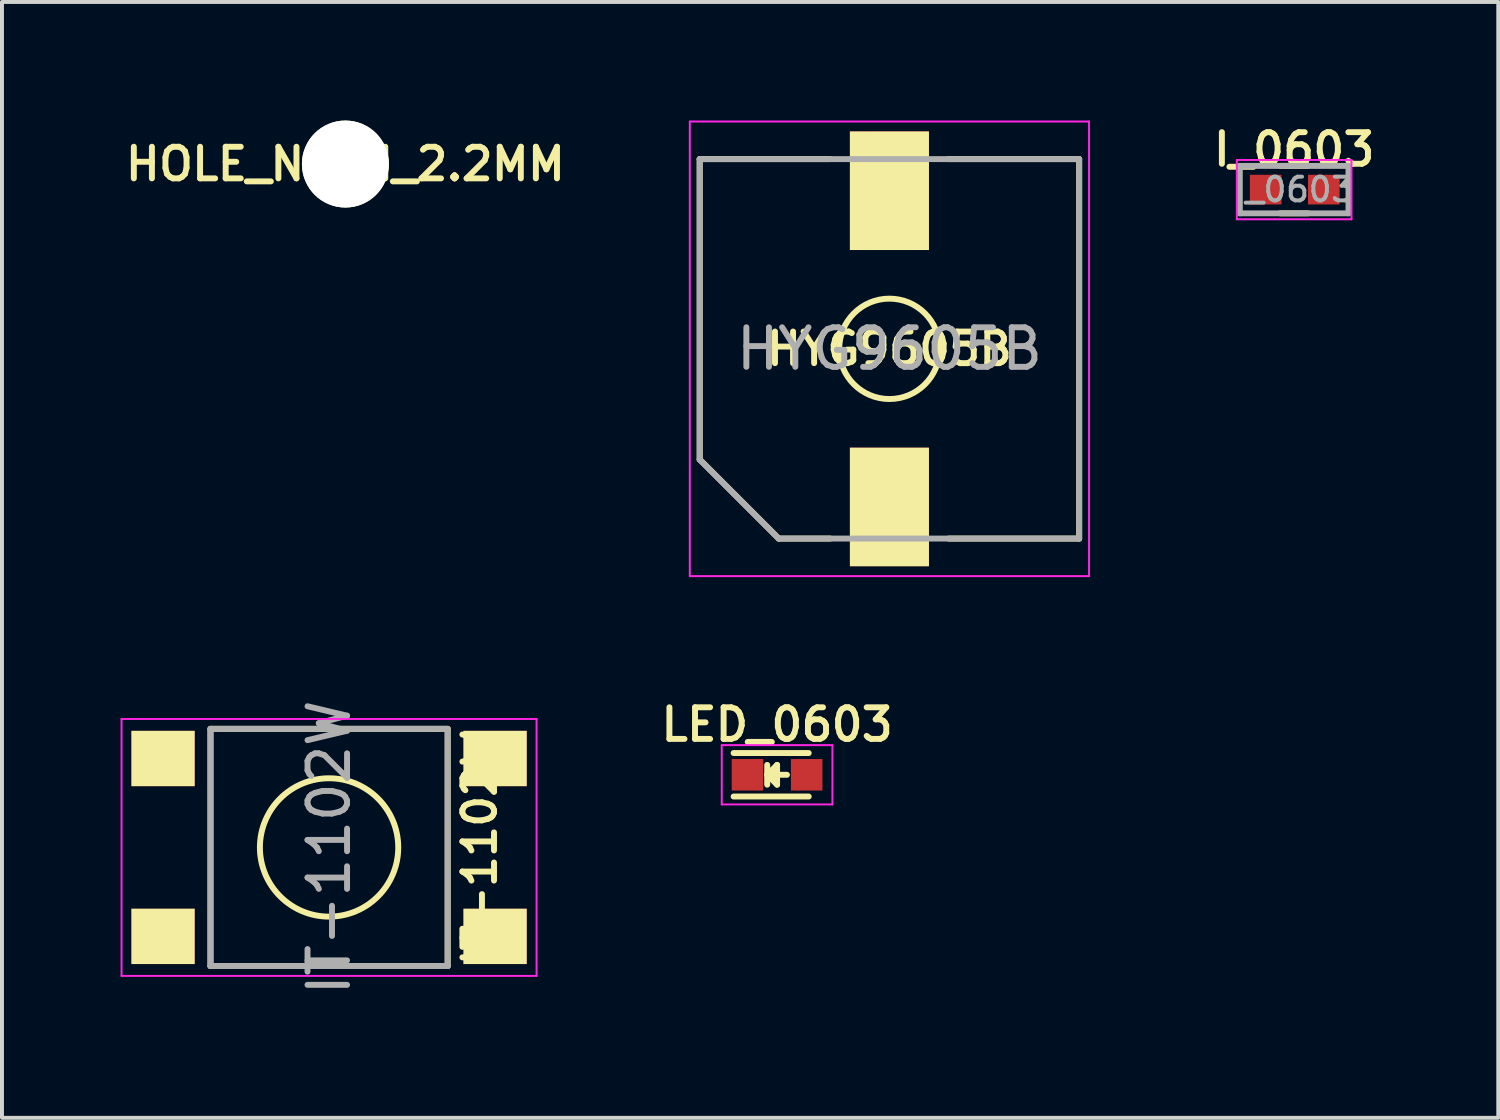
<source format=kicad_pcb>
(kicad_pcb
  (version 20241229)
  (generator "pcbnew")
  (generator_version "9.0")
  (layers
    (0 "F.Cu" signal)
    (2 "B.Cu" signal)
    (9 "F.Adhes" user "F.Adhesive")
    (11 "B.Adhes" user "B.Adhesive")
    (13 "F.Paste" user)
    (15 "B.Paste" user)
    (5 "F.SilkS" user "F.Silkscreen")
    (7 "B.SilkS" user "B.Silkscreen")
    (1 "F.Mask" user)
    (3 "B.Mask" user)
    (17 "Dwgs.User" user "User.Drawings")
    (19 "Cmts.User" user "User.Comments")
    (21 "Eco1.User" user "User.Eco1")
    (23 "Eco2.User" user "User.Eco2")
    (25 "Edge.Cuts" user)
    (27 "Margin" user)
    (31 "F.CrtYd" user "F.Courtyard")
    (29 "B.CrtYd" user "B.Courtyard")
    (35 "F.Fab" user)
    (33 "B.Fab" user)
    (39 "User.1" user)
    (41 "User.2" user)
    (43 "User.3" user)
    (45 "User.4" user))
  (footprint "LED_0603"
    (layer "F.Cu")
    (at 16.609 16.551)
    (property "Reference" "LED_0603" (at 0 -1.27 0) (layer "F.SilkS") (effects (font (size 0.8 0.8) (thickness 0.15))))
    (attr smd)
    (fp_line (start -1.1 -0.55) (end 0.8 -0.55) (stroke (width 0.15) (type solid)) (layer "F.SilkS"))
    (fp_line (start -1.1 0.55) (end 0.8 0.55) (stroke (width 0.15) (type solid)) (layer "F.SilkS"))
    (fp_line (start -0.25 -0.25) (end -0.25 0.25) (stroke (width 0.15) (type solid)) (layer "F.SilkS"))
    (fp_line (start -0.25 0) (end 0 -0.25) (stroke (width 0.15) (type solid)) (layer "F.SilkS"))
    (fp_line (start -0.2 0) (end 0.25 0) (stroke (width 0.15) (type solid)) (layer "F.SilkS"))
    (fp_line (start 0 -0.25) (end 0 0.25) (stroke (width 0.15) (type solid)) (layer "F.SilkS"))
    (fp_line (start 0 0.25) (end -0.25 0) (stroke (width 0.15) (type solid)) (layer "F.SilkS"))
    (fp_line (start -1.4 -0.75) (end 1.4 -0.75) (stroke (width 0.05) (type solid)) (layer "F.CrtYd"))
    (fp_line (start -1.4 0.75) (end -1.4 -0.75) (stroke (width 0.05) (type solid)) (layer "F.CrtYd"))
    (fp_line (start 1.4 -0.75) (end 1.4 0.75) (stroke (width 0.05) (type solid)) (layer "F.CrtYd"))
    (fp_line (start 1.4 0.75) (end -1.4 0.75) (stroke (width 0.05) (type solid)) (layer "F.CrtYd"))
    (pad "1" smd rect (at -0.749 0 180) (size 0.798 0.798) (layers "F.Cu" "F.Mask" "F.Paste"))
    (pad "2" smd rect (at 0.749 0 180) (size 0.798 0.798) (layers "F.Cu" "F.Mask" "F.Paste")))
  (footprint "IT-1102W"
    (layer "F.Cu")
    (at 5.275 18.389)
    (property "Reference" "IT-1102W" (at 3.81 0 90) (layer "F.SilkS") (effects (font (size 0.8 0.8) (thickness 0.15))))
    (attr through_hole)
    (fp_line (start -3 -3) (end -3 3) (stroke (width 0.15) (type solid)) (layer "F.SilkS"))
    (fp_line (start -3 -3) (end 3 -3) (stroke (width 0.15) (type solid)) (layer "F.SilkS"))
    (fp_line (start 3 3) (end -3 3) (stroke (width 0.15) (type solid)) (layer "F.SilkS"))
    (fp_line (start 3 3) (end 3 -3) (stroke (width 0.15) (type solid)) (layer "F.SilkS"))
    (fp_circle (center 0 0) (end 0 1.75) (stroke (width 0.15) (type solid)) (fill no) (layer "F.SilkS"))
    (fp_line (start -5.25 -3.25) (end 5.25 -3.25) (stroke (width 0.05) (type solid)) (layer "F.CrtYd"))
    (fp_line (start -5.25 3.25) (end -5.25 -3.25) (stroke (width 0.05) (type solid)) (layer "F.CrtYd"))
    (fp_line (start -5.25 3.25) (end 5.25 3.25) (stroke (width 0.05) (type solid)) (layer "F.CrtYd"))
    (fp_line (start 5.25 3.25) (end 5.25 -3.25) (stroke (width 0.05) (type solid)) (layer "F.CrtYd"))
    (fp_line (start -3 -3) (end -3 3) (stroke (width 0.15) (type solid)) (layer "F.Fab"))
    (fp_line (start -3 -3) (end 3 -3) (stroke (width 0.15) (type solid)) (layer "F.Fab"))
    (fp_line (start 3 3) (end -3 3) (stroke (width 0.15) (type solid)) (layer "F.Fab"))
    (fp_line (start 3 3) (end 3 -3) (stroke (width 0.15) (type solid)) (layer "F.Fab"))
    (fp_text user "${REFERENCE}" (at 0 0 270) (layer "F.Fab") (effects (font (size 1 1) (thickness 0.15))))
    (pad "1" smd rect (at -4.2 -2.25) (size 1.6 1.4) (layers "F.Cu" "F.Mask" "F.SilkS" "F.Paste"))
    (pad "2" smd rect (at 4.2 -2.25) (size 1.6 1.4) (layers "F.Cu" "F.Mask" "F.SilkS" "F.Paste"))
    (pad "3" smd rect (at -4.2 2.25) (size 1.6 1.4) (layers "F.Cu" "F.Mask" "F.SilkS" "F.Paste"))
    (pad "4" smd rect (at 4.2 2.25) (size 1.6 1.4) (layers "F.Cu" "F.Mask" "F.SilkS" "F.Paste")))
  (footprint "HYG9605B"
    (layer "F.Cu")
    (at 19.451 5.775)
    (property "Reference" "HYG9605B" (at 0 0 0) (layer "F.SilkS") (effects (font (size 0.8 0.8) (thickness 0.15))))
    (attr through_hole)
    (fp_line (start -4.8 -4.8) (end -4.8 2.8) (stroke (width 0.15) (type solid)) (layer "F.SilkS"))
    (fp_line (start -4.8 -4.8) (end -1.5 -4.8) (stroke (width 0.15) (type solid)) (layer "F.SilkS"))
    (fp_line (start -4.8 2.8) (end -2.8 4.8) (stroke (width 0.15) (type solid)) (layer "F.SilkS"))
    (fp_line (start -2.8 4.8) (end -1.5 4.8) (stroke (width 0.15) (type solid)) (layer "F.SilkS"))
    (fp_line (start 1.5 -4.8) (end 4.8 -4.8) (stroke (width 0.15) (type solid)) (layer "F.SilkS"))
    (fp_line (start 1.5 4.8) (end 4.8 4.8) (stroke (width 0.15) (type solid)) (layer "F.SilkS"))
    (fp_line (start 4.8 4.8) (end 4.8 -4.8) (stroke (width 0.15) (type solid)) (layer "F.SilkS"))
    (fp_circle (center 0 0) (end -1.27 0) (stroke (width 0.15) (type solid)) (fill no) (layer "F.SilkS"))
    (fp_line (start -5.05 -5.75) (end -5.05 5.75) (stroke (width 0.05) (type solid)) (layer "F.CrtYd"))
    (fp_line (start -5.05 -5.75) (end 5.05 -5.75) (stroke (width 0.05) (type solid)) (layer "F.CrtYd"))
    (fp_line (start -5.05 5.75) (end 5.05 5.75) (stroke (width 0.05) (type solid)) (layer "F.CrtYd"))
    (fp_line (start 5.05 -5.75) (end 5.05 5.75) (stroke (width 0.05) (type solid)) (layer "F.CrtYd"))
    (fp_line (start -4.8 -4.8) (end -4.8 2.8) (stroke (width 0.15) (type solid)) (layer "F.Fab"))
    (fp_line (start -4.8 -4.8) (end 4.8 -4.8) (stroke (width 0.15) (type solid)) (layer "F.Fab"))
    (fp_line (start -4.8 2.8) (end -2.8 4.8) (stroke (width 0.15) (type solid)) (layer "F.Fab"))
    (fp_line (start -2.8 4.8) (end 4.8 4.8) (stroke (width 0.15) (type solid)) (layer "F.Fab"))
    (fp_line (start 4.8 4.8) (end 4.8 -4.8) (stroke (width 0.15) (type solid)) (layer "F.Fab"))
    (fp_text user "${REFERENCE}" (at 0 0 0) (layer "F.Fab") (effects (font (size 1 1) (thickness 0.15))))
    (pad "1" smd rect (at 0 -4) (size 2 3) (layers "F.Cu" "F.Mask" "F.SilkS" "F.Paste"))
    (pad "2" smd rect (at 0 4) (size 2 3) (layers "F.Cu" "F.Mask" "F.SilkS" "F.Paste")))
  (footprint "I_0603"
    (layer "F.Cu")
    (at 29.69 1.747)
    (property "Reference" "I_0603" (at 0 -1.016 0) (layer "F.SilkS") (effects (font (size 0.8 0.8) (thickness 0.15))))
    (attr smd)
    (fp_line (start -0.35 -0.6) (end 0.35 -0.6) (stroke (width 0.15) (type solid)) (layer "F.SilkS"))
    (fp_line (start 0.35 0.6) (end -0.35 0.6) (stroke (width 0.15) (type solid)) (layer "F.SilkS"))
    (fp_line (start -1.45 -0.75) (end -1.45 0.75) (stroke (width 0.05) (type solid)) (layer "F.CrtYd"))
    (fp_line (start -1.45 -0.75) (end 1.45 -0.75) (stroke (width 0.05) (type solid)) (layer "F.CrtYd"))
    (fp_line (start -1.45 0.75) (end 1.45 0.75) (stroke (width 0.05) (type solid)) (layer "F.CrtYd"))
    (fp_line (start 1.45 -0.75) (end 1.45 0.75) (stroke (width 0.05) (type solid)) (layer "F.CrtYd"))
    (fp_line (start -1.375 -0.6) (end 1.375 -0.6) (stroke (width 0.15) (type solid)) (layer "F.Fab"))
    (fp_line (start -1.375 0.6) (end -1.375 -0.6) (stroke (width 0.15) (type solid)) (layer "F.Fab"))
    (fp_line (start 1.375 0.6) (end -1.375 0.6) (stroke (width 0.15) (type solid)) (layer "F.Fab"))
    (fp_line (start 1.375 0.6) (end 1.375 -0.6) (stroke (width 0.15) (type solid)) (layer "F.Fab"))
    (fp_text user "${REFERENCE}" (at 0 0 0) (layer "F.Fab") (effects (font (size 0.6 0.6) (thickness 0.1))))
    (pad "1" smd rect (at -0.72 0) (size 0.8 0.75) (layers "F.Cu" "F.Mask" "F.Paste"))
    (pad "2" smd rect (at 0.75 0) (size 0.8 0.75) (layers "F.Cu" "F.Mask" "F.Paste")))
  (footprint "HOLE_NPTH_2.2MM"
    (layer "F.Cu")
    (at 5.688 1.1)
    (property "Reference" "HOLE_NPTH_2.2MM" (at 0 0 0) (layer "F.SilkS") (effects (font (size 0.8 0.8) (thickness 0.15))))
    (attr through_hole)
    (pad "" np_thru_hole circle (at 0 0) (size 2.2 2.2) (drill 2.2) (layers "*.Cu" "*.Mask" "F.SilkS")))
  (gr_rect
    (start -3 -3)
    (end 34.854 25.229)
    (stroke (width 0.1) (type default))
    (fill no)
    (layer "Edge.Cuts")))
</source>
